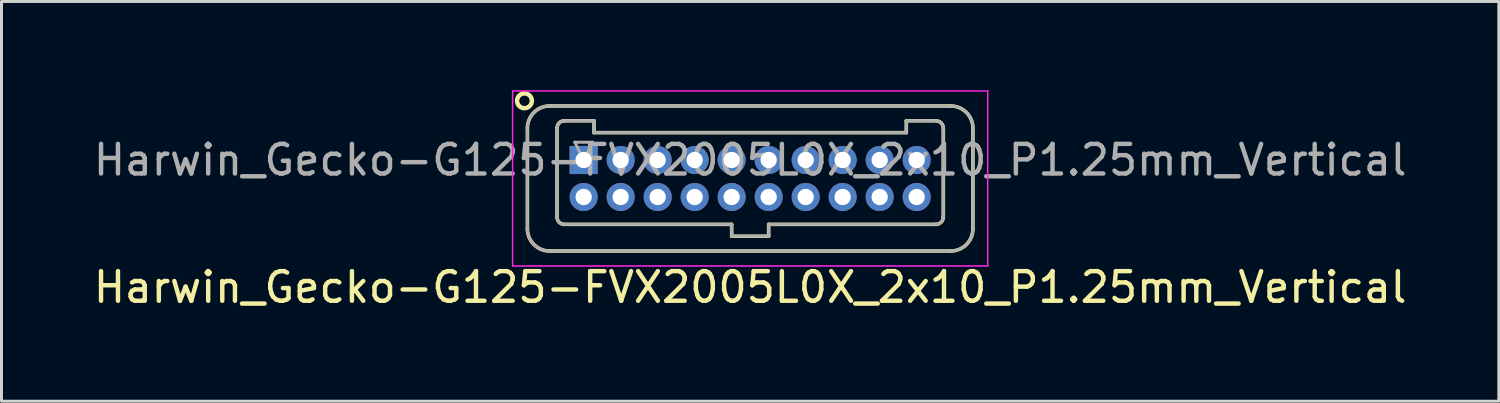
<source format=kicad_pcb>
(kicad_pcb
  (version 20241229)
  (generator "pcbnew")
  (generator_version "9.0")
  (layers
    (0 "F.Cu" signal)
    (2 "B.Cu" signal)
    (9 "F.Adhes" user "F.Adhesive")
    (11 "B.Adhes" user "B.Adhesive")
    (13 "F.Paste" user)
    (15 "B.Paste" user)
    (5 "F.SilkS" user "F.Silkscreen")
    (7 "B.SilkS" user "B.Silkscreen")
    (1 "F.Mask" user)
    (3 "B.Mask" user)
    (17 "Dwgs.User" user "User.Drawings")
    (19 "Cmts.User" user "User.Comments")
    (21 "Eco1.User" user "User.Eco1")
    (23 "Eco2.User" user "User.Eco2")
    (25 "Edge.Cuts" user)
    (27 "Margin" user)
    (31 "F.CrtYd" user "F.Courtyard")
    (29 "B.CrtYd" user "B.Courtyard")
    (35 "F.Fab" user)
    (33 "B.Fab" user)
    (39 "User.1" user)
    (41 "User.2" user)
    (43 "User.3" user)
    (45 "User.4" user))
  (footprint "Harwin_Gecko-G125-FVX2005L0X_2x10_P1.25mm_Vertical"
    (layer "F.Cu")
    (at 16.667 2.355)
    (property "Reference" "Harwin_Gecko-G125-FVX2005L0X_2x10_P1.25mm_Vertical" (at 5.625 4.3 0) (layer "F.SilkS") (effects (font (size 1 1) (thickness 0.15))))
    (attr through_hole)
    (fp_line (start -1.9 -1.075) (end -1.9 2.325) (stroke (width 0.12) (type solid)) (layer "F.SilkS"))
    (fp_line (start -1.15 -1.825) (end 12.4 -1.825) (stroke (width 0.12) (type solid)) (layer "F.SilkS"))
    (fp_line (start -1.15 3.075) (end 12.4 3.075) (stroke (width 0.12) (type solid)) (layer "F.SilkS"))
    (fp_line (start -0.9 -1.075) (end -0.9 1.925) (stroke (width 0.12) (type solid)) (layer "F.SilkS"))
    (fp_line (start -0.65 -1.325) (end 0.35 -1.325) (stroke (width 0.12) (type solid)) (layer "F.SilkS"))
    (fp_line (start -0.65 2.175) (end 5 2.175) (stroke (width 0.12) (type solid)) (layer "F.SilkS"))
    (fp_line (start 0.35 -1.325) (end 0.35 -0.925) (stroke (width 0.12) (type solid)) (layer "F.SilkS"))
    (fp_line (start 0.35 -0.925) (end 10.9 -0.925) (stroke (width 0.12) (type solid)) (layer "F.SilkS"))
    (fp_line (start 5 2.175) (end 5 2.575) (stroke (width 0.12) (type solid)) (layer "F.SilkS"))
    (fp_line (start 5 2.575) (end 6.25 2.575) (stroke (width 0.12) (type solid)) (layer "F.SilkS"))
    (fp_line (start 6.25 2.175) (end 11.9 2.175) (stroke (width 0.12) (type solid)) (layer "F.SilkS"))
    (fp_line (start 6.25 2.575) (end 6.25 2.175) (stroke (width 0.12) (type solid)) (layer "F.SilkS"))
    (fp_line (start 10.9 -1.325) (end 11.9 -1.325) (stroke (width 0.12) (type solid)) (layer "F.SilkS"))
    (fp_line (start 10.9 -0.925) (end 10.9 -1.325) (stroke (width 0.12) (type solid)) (layer "F.SilkS"))
    (fp_line (start 12.15 -1.075) (end 12.15 1.925) (stroke (width 0.12) (type solid)) (layer "F.SilkS"))
    (fp_line (start 13.15 -1.075) (end 13.15 2.325) (stroke (width 0.12) (type solid)) (layer "F.SilkS"))
    (fp_arc (start -1.9 -1.075) (mid -1.68033 -1.60533) (end -1.15 -1.825) (stroke (width 0.12) (type solid)) (layer "F.SilkS"))
    (fp_arc (start -1.15 3.075) (mid -1.68033 2.85533) (end -1.9 2.325) (stroke (width 0.12) (type solid)) (layer "F.SilkS"))
    (fp_arc (start -0.9 -1.075) (mid -0.826777 -1.251777) (end -0.65 -1.325) (stroke (width 0.12) (type solid)) (layer "F.SilkS"))
    (fp_arc (start -0.65 2.175) (mid -0.826777 2.101777) (end -0.9 1.925) (stroke (width 0.12) (type solid)) (layer "F.SilkS"))
    (fp_arc (start 11.9 -1.325) (mid 12.076777 -1.251777) (end 12.15 -1.075) (stroke (width 0.12) (type solid)) (layer "F.SilkS"))
    (fp_arc (start 12.15 1.925) (mid 12.076777 2.101777) (end 11.9 2.175) (stroke (width 0.12) (type solid)) (layer "F.SilkS"))
    (fp_arc (start 12.4 -1.825) (mid 12.93033 -1.60533) (end 13.15 -1.075) (stroke (width 0.12) (type solid)) (layer "F.SilkS"))
    (fp_arc (start 13.15 2.325) (mid 12.93033 2.85533) (end 12.4 3.075) (stroke (width 0.12) (type solid)) (layer "F.SilkS"))
    (fp_circle (center -2 -2) (end -1.75 -2) (stroke (width 0.15) (type solid)) (fill no) (layer "F.SilkS"))
    (fp_line (start -2.4 -2.33) (end -2.4 3.58) (stroke (width 0.05) (type solid)) (layer "F.CrtYd"))
    (fp_line (start -2.4 3.58) (end 13.65 3.58) (stroke (width 0.05) (type solid)) (layer "F.CrtYd"))
    (fp_line (start 13.65 -2.33) (end -2.4 -2.33) (stroke (width 0.05) (type solid)) (layer "F.CrtYd"))
    (fp_line (start 13.65 3.58) (end 13.65 -2.33) (stroke (width 0.05) (type solid)) (layer "F.CrtYd"))
    (fp_line (start -1.9 -1.075) (end -1.9 2.325) (stroke (width 0.1) (type solid)) (layer "F.Fab"))
    (fp_line (start -1.15 -1.825) (end 12.4 -1.825) (stroke (width 0.1) (type solid)) (layer "F.Fab"))
    (fp_line (start -1.15 3.075) (end 12.4 3.075) (stroke (width 0.1) (type solid)) (layer "F.Fab"))
    (fp_line (start -0.9 -1.075) (end -0.9 1.925) (stroke (width 0.1) (type solid)) (layer "F.Fab"))
    (fp_line (start -0.65 -1.325) (end 0.35 -1.325) (stroke (width 0.1) (type solid)) (layer "F.Fab"))
    (fp_line (start -0.65 2.175) (end 5 2.175) (stroke (width 0.1) (type solid)) (layer "F.Fab"))
    (fp_line (start -0.3 -0.6) (end 0.3 -0.6) (stroke (width 0.1) (type solid)) (layer "F.Fab"))
    (fp_line (start 0 0) (end -0.3 -0.6) (stroke (width 0.1) (type solid)) (layer "F.Fab"))
    (fp_line (start 0.3 -0.6) (end 0 0) (stroke (width 0.1) (type solid)) (layer "F.Fab"))
    (fp_line (start 0.35 -1.325) (end 0.35 -0.925) (stroke (width 0.1) (type solid)) (layer "F.Fab"))
    (fp_line (start 0.35 -0.925) (end 10.9 -0.925) (stroke (width 0.1) (type solid)) (layer "F.Fab"))
    (fp_line (start 5 2.175) (end 5 2.575) (stroke (width 0.1) (type solid)) (layer "F.Fab"))
    (fp_line (start 5 2.575) (end 6.25 2.575) (stroke (width 0.1) (type solid)) (layer "F.Fab"))
    (fp_line (start 6.25 2.175) (end 11.9 2.175) (stroke (width 0.1) (type solid)) (layer "F.Fab"))
    (fp_line (start 6.25 2.575) (end 6.25 2.175) (stroke (width 0.1) (type solid)) (layer "F.Fab"))
    (fp_line (start 10.9 -1.325) (end 11.9 -1.325) (stroke (width 0.1) (type solid)) (layer "F.Fab"))
    (fp_line (start 10.9 -0.925) (end 10.9 -1.325) (stroke (width 0.1) (type solid)) (layer "F.Fab"))
    (fp_line (start 12.15 -1.075) (end 12.15 1.925) (stroke (width 0.1) (type solid)) (layer "F.Fab"))
    (fp_line (start 13.15 -1.075) (end 13.15 2.325) (stroke (width 0.1) (type solid)) (layer "F.Fab"))
    (fp_arc (start -1.9 -1.075) (mid -1.68033 -1.60533) (end -1.15 -1.825) (stroke (width 0.1) (type solid)) (layer "F.Fab"))
    (fp_arc (start -1.15 3.075) (mid -1.68033 2.85533) (end -1.9 2.325) (stroke (width 0.1) (type solid)) (layer "F.Fab"))
    (fp_arc (start -0.9 -1.075) (mid -0.826777 -1.251777) (end -0.65 -1.325) (stroke (width 0.1) (type solid)) (layer "F.Fab"))
    (fp_arc (start -0.65 2.175) (mid -0.826777 2.101777) (end -0.9 1.925) (stroke (width 0.1) (type solid)) (layer "F.Fab"))
    (fp_arc (start 11.9 -1.325) (mid 12.076777 -1.251777) (end 12.15 -1.075) (stroke (width 0.1) (type solid)) (layer "F.Fab"))
    (fp_arc (start 12.15 1.925) (mid 12.076777 2.101777) (end 11.9 2.175) (stroke (width 0.1) (type solid)) (layer "F.Fab"))
    (fp_arc (start 12.4 -1.825) (mid 12.93033 -1.60533) (end 13.15 -1.075) (stroke (width 0.1) (type solid)) (layer "F.Fab"))
    (fp_arc (start 13.15 2.325) (mid 12.93033 2.85533) (end 12.4 3.075) (stroke (width 0.1) (type solid)) (layer "F.Fab"))
    (fp_text user "${REFERENCE}" (at 5.625 0 0) (layer "F.Fab") (effects (font (size 1 1) (thickness 0.15))))
    (pad "1" thru_hole rect (at 0 0) (size 0.95 0.95) (drill 0.55) (layers "*.Cu" "*.Mask"))
    (pad "2" thru_hole circle (at 0 1.25) (size 0.95 0.95) (drill 0.55) (layers "*.Cu" "*.Mask"))
    (pad "3" thru_hole circle (at 1.25 0) (size 0.95 0.95) (drill 0.55) (layers "*.Cu" "*.Mask"))
    (pad "4" thru_hole circle (at 1.25 1.25) (size 0.95 0.95) (drill 0.55) (layers "*.Cu" "*.Mask"))
    (pad "5" thru_hole circle (at 2.5 0) (size 0.95 0.95) (drill 0.55) (layers "*.Cu" "*.Mask"))
    (pad "6" thru_hole circle (at 2.5 1.25) (size 0.95 0.95) (drill 0.55) (layers "*.Cu" "*.Mask"))
    (pad "7" thru_hole circle (at 3.75 0) (size 0.95 0.95) (drill 0.55) (layers "*.Cu" "*.Mask"))
    (pad "8" thru_hole circle (at 3.75 1.25) (size 0.95 0.95) (drill 0.55) (layers "*.Cu" "*.Mask"))
    (pad "9" thru_hole circle (at 5 0) (size 0.95 0.95) (drill 0.55) (layers "*.Cu" "*.Mask"))
    (pad "10" thru_hole circle (at 5 1.25) (size 0.95 0.95) (drill 0.55) (layers "*.Cu" "*.Mask"))
    (pad "11" thru_hole circle (at 6.25 0) (size 0.95 0.95) (drill 0.55) (layers "*.Cu" "*.Mask"))
    (pad "12" thru_hole circle (at 6.25 1.25) (size 0.95 0.95) (drill 0.55) (layers "*.Cu" "*.Mask"))
    (pad "13" thru_hole circle (at 7.5 0) (size 0.95 0.95) (drill 0.55) (layers "*.Cu" "*.Mask"))
    (pad "14" thru_hole circle (at 7.5 1.25) (size 0.95 0.95) (drill 0.55) (layers "*.Cu" "*.Mask"))
    (pad "15" thru_hole circle (at 8.75 0) (size 0.95 0.95) (drill 0.55) (layers "*.Cu" "*.Mask"))
    (pad "16" thru_hole circle (at 8.75 1.25) (size 0.95 0.95) (drill 0.55) (layers "*.Cu" "*.Mask"))
    (pad "17" thru_hole circle (at 10 0) (size 0.95 0.95) (drill 0.55) (layers "*.Cu" "*.Mask"))
    (pad "18" thru_hole circle (at 10 1.25) (size 0.95 0.95) (drill 0.55) (layers "*.Cu" "*.Mask"))
    (pad "19" thru_hole circle (at 11.25 0) (size 0.95 0.95) (drill 0.55) (layers "*.Cu" "*.Mask"))
    (pad "20" thru_hole circle (at 11.25 1.25) (size 0.95 0.95) (drill 0.55) (layers "*.Cu" "*.Mask")))
  (gr_rect
    (start -3 -3)
    (end 47.583 10.503)
    (stroke (width 0.1) (type default))
    (fill no)
    (layer "Edge.Cuts")))
</source>
